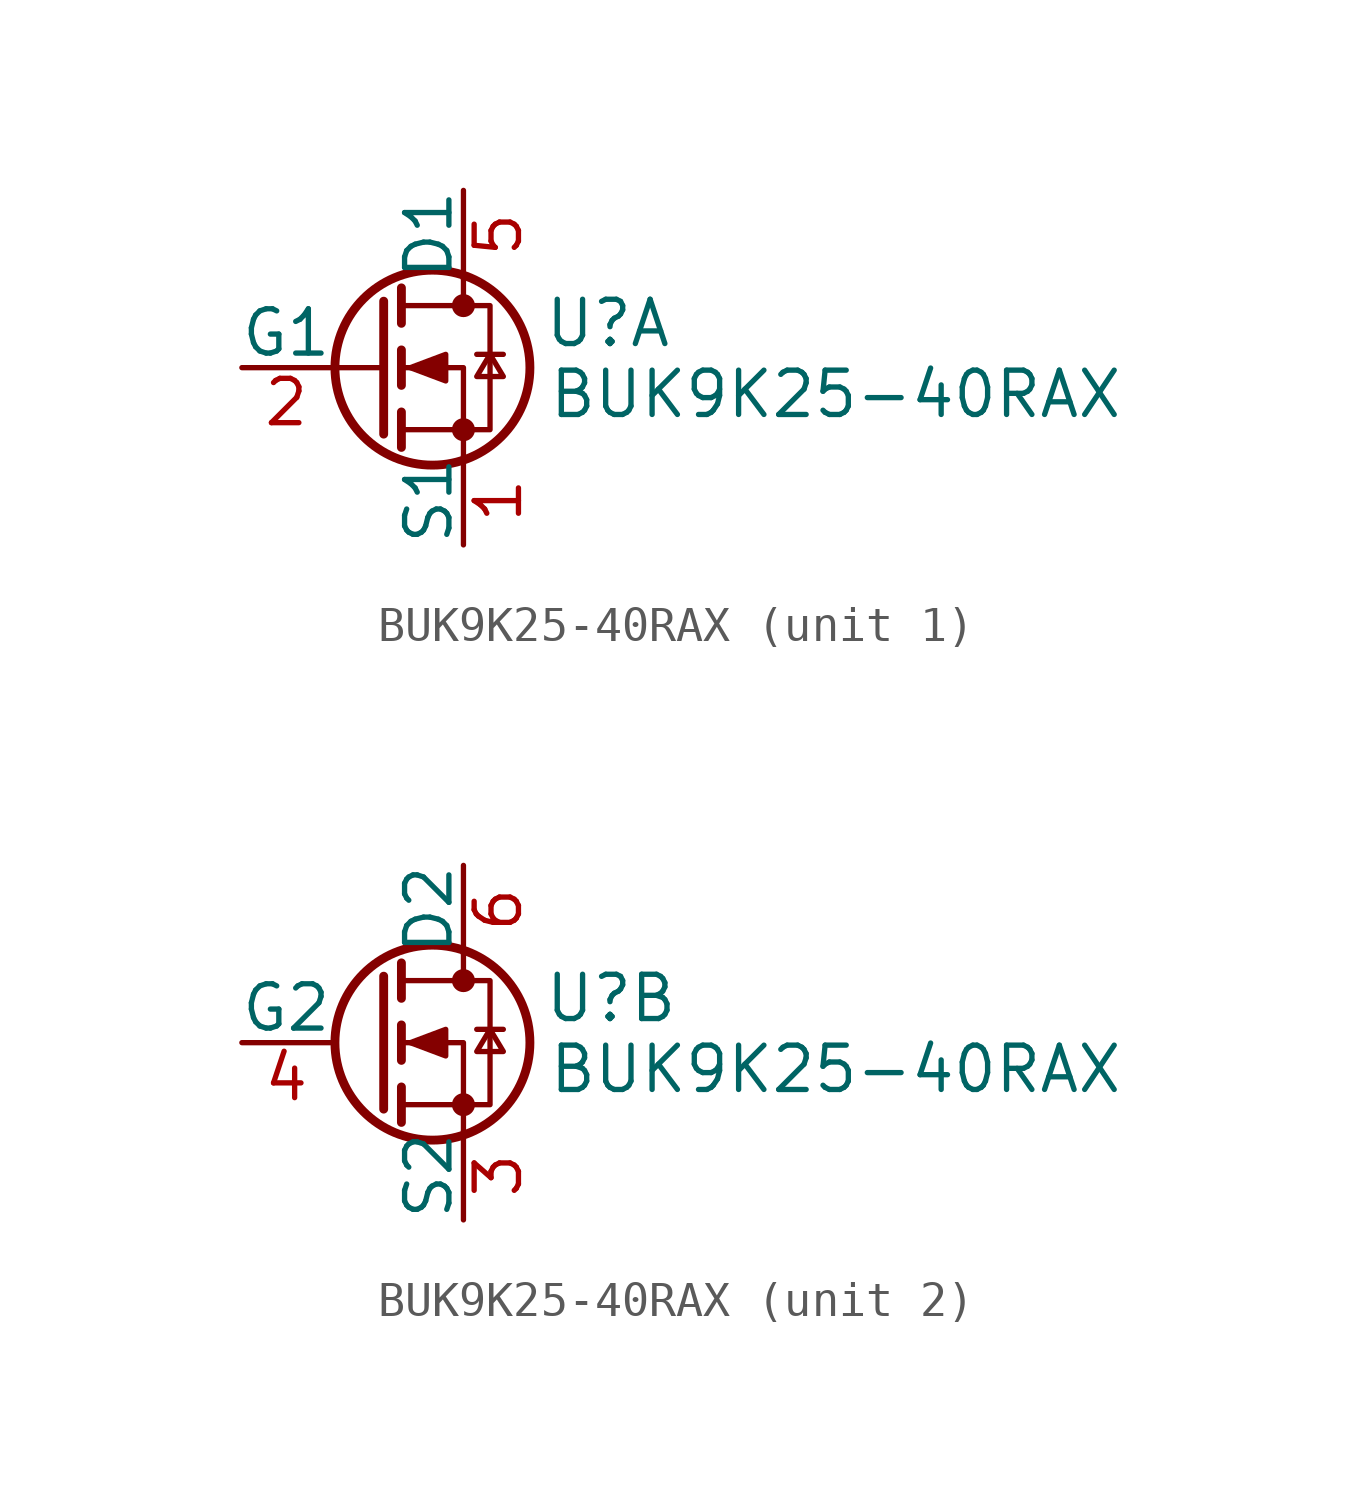
<source format=kicad_sym>
(kicad_symbol_lib
  (version 20241209)
  (generator "kicad_symbol_editor")
  (generator_version "9.0")
  (symbol "BUK9K25-40RAX"
    (pin_names
      (offset 0))
    (property "Reference" "U"
      (at 2.286 1.27 0)
      (effects (font (size 1.27 1.27)) (justify left)))
    (property "Value" "BUK9K25-40RAX"
      (at 10.668 -0.762 0)
      (effects (font (size 1.27 1.27))))
    (property "ki_locked" ""
      (at 0 0 0)
      (effects (font (size 1.27 1.27))))
    (symbol "BUK9K25-40RAX_0_1"
      (polyline (pts (xy -2.286 1.905) (xy -2.286 -1.905)) (stroke (width 0.254) (type default)) (fill (type none)))
      (polyline (pts (xy -1.778 2.286) (xy -1.778 1.27)) (stroke (width 0.254) (type default)) (fill (type none)))
      (polyline (pts (xy -1.778 0.508) (xy -1.778 -0.508)) (stroke (width 0.254) (type default)) (fill (type none)))
      (polyline (pts (xy -1.778 -1.27) (xy -1.778 -2.286)) (stroke (width 0.254) (type default)) (fill (type none)))
      (polyline (pts (xy -1.778 -1.778) (xy 0.762 -1.778) (xy 0.762 1.778) (xy -1.778 1.778)) (stroke (width 0) (type default)) (fill (type none)))
      (polyline (pts (xy -1.524 0) (xy -0.508 0.381) (xy -0.508 -0.381) (xy -1.524 0)) (stroke (width 0) (type default)) (fill (type outline)))
      (circle (center -0.889 0) (radius 2.794) (stroke (width 0.254) (type default)) (fill (type none)))
      (polyline (pts (xy 0 2.54) (xy 0 1.778)) (stroke (width 0) (type default)) (fill (type none)))
      (circle (center 0 1.778) (radius 0.254) (stroke (width 0) (type default)) (fill (type outline)))
      (circle (center 0 -1.778) (radius 0.254) (stroke (width 0) (type default)) (fill (type outline)))
      (polyline (pts (xy 0 -2.54) (xy 0 0) (xy -1.778 0)) (stroke (width 0) (type default)) (fill (type none)))
      (polyline (pts (xy 0.381 0.381) (xy 1.143 0.381)) (stroke (width 0) (type default)) (fill (type none)))
      (polyline (pts (xy 0.762 0.381) (xy 0.381 -0.254) (xy 1.143 -0.254) (xy 0.762 0.381)) (stroke (width 0) (type default)) (fill (type none))))
    (symbol "BUK9K25-40RAX_1_0"
      (pin input line (at -6.35 0 0) (length 2.54) (name "G1" (effects (font (size 1.27 1.27)))) (number "2" (effects (font (size 1.27 1.27)))))
      (pin input line (at 0 5.08 270) (length 2.54) (name "D1" (effects (font (size 1.27 1.27)))) (number "5" (effects (font (size 1.27 1.27)))))
      (pin output line (at 0 -5.08 90) (length 2.54) (name "S1" (effects (font (size 1.27 1.27)))) (number "1" (effects (font (size 1.27 1.27))))))
    (symbol "BUK9K25-40RAX_1_1"
      (polyline (pts (xy -2.286 0) (xy -3.683 0)) (stroke (width 0) (type default)) (fill (type none))))
    (symbol "BUK9K25-40RAX_2_0"
      (pin input line (at -6.35 0 0) (length 2.54) (name "G2" (effects (font (size 1.27 1.27)))) (number "4" (effects (font (size 1.27 1.27)))))
      (pin input line (at 0 5.08 270) (length 2.54) (name "D2" (effects (font (size 1.27 1.27)))) (number "6" (effects (font (size 1.27 1.27)))))
      (pin output line (at 0 -5.08 90) (length 2.54) (name "S2" (effects (font (size 1.27 1.27)))) (number "3" (effects (font (size 1.27 1.27))))))))
</source>
